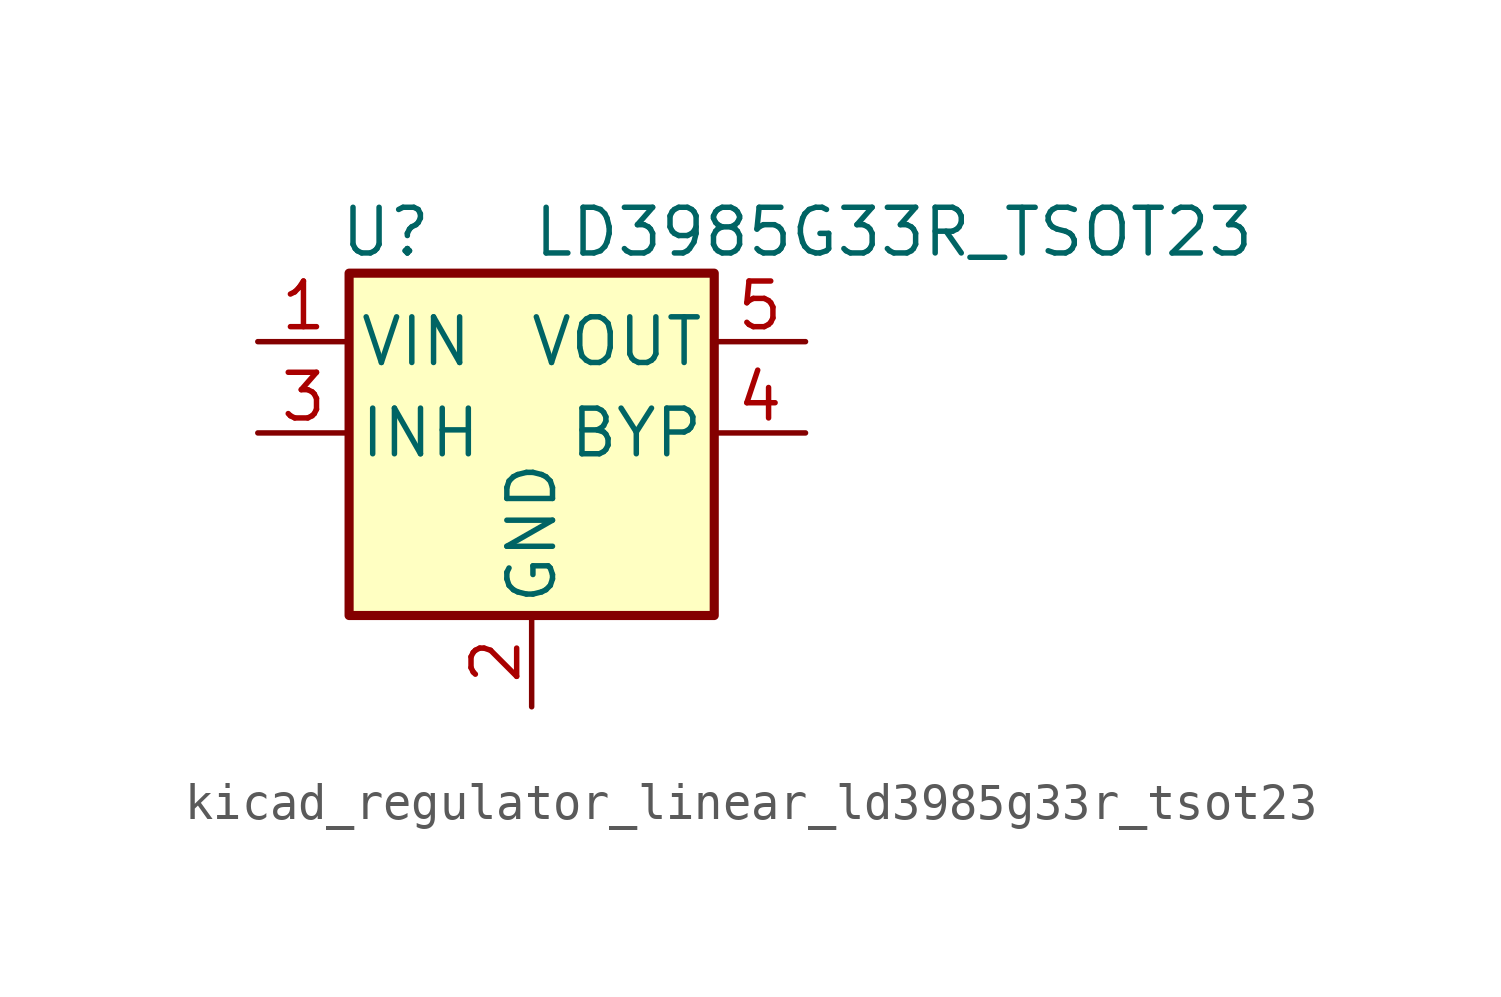
<source format=kicad_sym>
(kicad_symbol_lib
  (version 20220914)
  (generator kicad_symbol_editor)
  (symbol "kicad_regulator_linear_ld3985g33r_tsot23"
    (pin_names
      (offset 0.254))
    (property "Reference" "U"
      (at -4.064 5.588 0)
      (effects (font (size 1.27 1.27))))
    (property "Value" "LD3985G33R_TSOT23"
      (at 0 5.588 0)
      (effects (font (size 1.27 1.27)) (justify left)))
    (symbol "kicad_regulator_linear_ld3985g33r_tsot23_0_1"
      (rectangle (start -5.08 4.445) (end 5.08 -5.08) (stroke (width 0.254) (type default)) (fill (type background))))
    (symbol "kicad_regulator_linear_ld3985g33r_tsot23_1_1"
      (pin power_in line (at -7.62 2.54 0) (length 2.54) (name "VIN" (effects (font (size 1.27 1.27)))) (number "1" (effects (font (size 1.27 1.27)))))
      (pin power_in line (at 0 -7.62 90) (length 2.54) (name "GND" (effects (font (size 1.27 1.27)))) (number "2" (effects (font (size 1.27 1.27)))))
      (pin input line (at -7.62 0 0) (length 2.54) (name "INH" (effects (font (size 1.27 1.27)))) (number "3" (effects (font (size 1.27 1.27)))))
      (pin input line (at 7.62 0 180) (length 2.54) (name "BYP" (effects (font (size 1.27 1.27)))) (number "4" (effects (font (size 1.27 1.27)))))
      (pin power_out line (at 7.62 2.54 180) (length 2.54) (name "VOUT" (effects (font (size 1.27 1.27)))) (number "5" (effects (font (size 1.27 1.27))))))))
</source>
